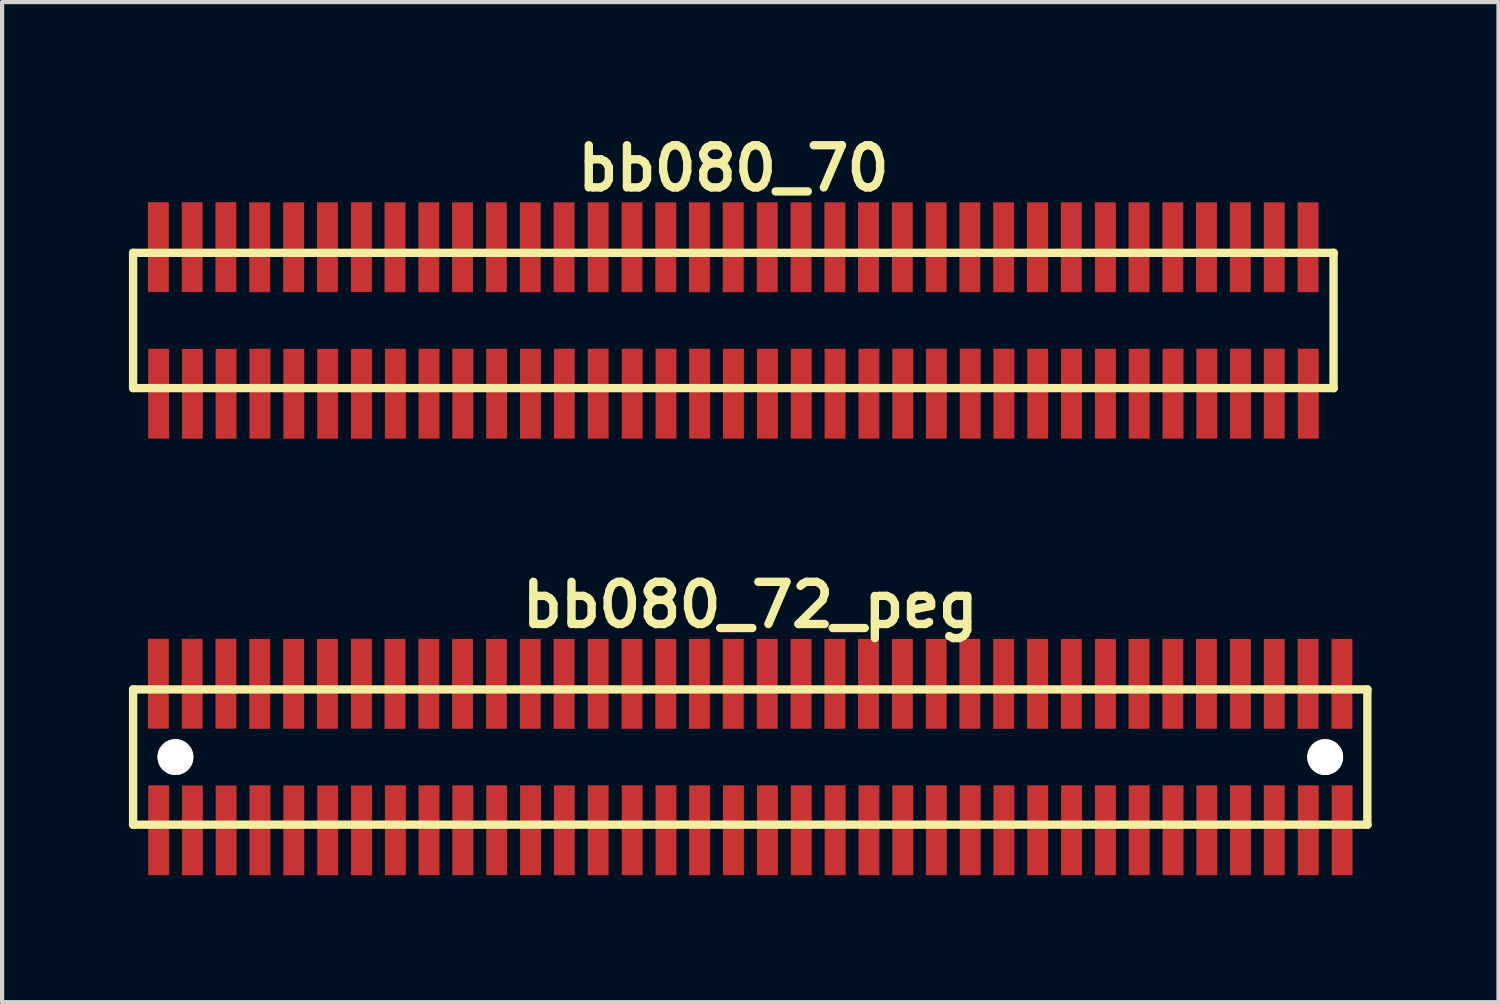
<source format=kicad_pcb>
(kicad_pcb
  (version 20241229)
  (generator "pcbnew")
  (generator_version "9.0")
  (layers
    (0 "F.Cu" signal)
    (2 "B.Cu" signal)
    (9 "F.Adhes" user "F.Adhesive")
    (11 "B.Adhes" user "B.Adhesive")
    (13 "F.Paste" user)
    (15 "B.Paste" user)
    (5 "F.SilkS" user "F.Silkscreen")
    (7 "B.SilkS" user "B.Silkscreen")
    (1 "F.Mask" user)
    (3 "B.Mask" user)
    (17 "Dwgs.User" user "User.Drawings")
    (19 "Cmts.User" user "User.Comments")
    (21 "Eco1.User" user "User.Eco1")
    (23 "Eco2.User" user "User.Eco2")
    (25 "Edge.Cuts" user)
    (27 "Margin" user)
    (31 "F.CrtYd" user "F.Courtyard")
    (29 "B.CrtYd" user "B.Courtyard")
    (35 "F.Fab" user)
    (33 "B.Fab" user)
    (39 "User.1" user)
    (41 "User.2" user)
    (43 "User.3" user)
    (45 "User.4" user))
  (footprint "bb080_70"
    (layer "F.Cu")
    (at 14.3 4.531)
    (property "Reference" "bb080_70" (at 0 -3.599 0) (layer "F.SilkS") (effects (font (size 0.998 0.998) (thickness 0.198))))
    (attr smd)
    (fp_line (start -14.201 -1.6) (end -14.201 1.6) (stroke (width 0.198) (type solid)) (layer "F.SilkS"))
    (fp_line (start -14.201 -1.6) (end 14.201 -1.6) (stroke (width 0.198) (type solid)) (layer "F.SilkS"))
    (fp_line (start 14.196 1.6) (end 14.196 -1.6) (stroke (width 0.198) (type solid)) (layer "F.SilkS"))
    (fp_line (start 14.201 1.6) (end -14.201 1.6) (stroke (width 0.198) (type solid)) (layer "F.SilkS"))
    (pad "1" smd rect (at -13.597 1.732) (size 0.495 2.126) (layers "F.Cu" "F.Mask" "F.Paste"))
    (pad "2" smd rect (at -13.604 -1.735) (size 0.495 2.126) (layers "F.Cu" "F.Mask" "F.Paste"))
    (pad "3" smd rect (at -12.799 1.735) (size 0.495 2.126) (layers "F.Cu" "F.Mask" "F.Paste"))
    (pad "4" smd rect (at -12.804 -1.735) (size 0.495 2.126) (layers "F.Cu" "F.Mask" "F.Paste"))
    (pad "5" smd rect (at -12.002 1.735) (size 0.495 2.126) (layers "F.Cu" "F.Mask" "F.Paste"))
    (pad "6" smd rect (at -12.007 -1.735) (size 0.495 2.126) (layers "F.Cu" "F.Mask" "F.Paste"))
    (pad "7" smd rect (at -11.201 1.732) (size 0.495 2.126) (layers "F.Cu" "F.Mask" "F.Paste"))
    (pad "8" smd rect (at -11.206 -1.732) (size 0.495 2.126) (layers "F.Cu" "F.Mask" "F.Paste"))
    (pad "9" smd rect (at -10.399 1.735) (size 0.495 2.126) (layers "F.Cu" "F.Mask" "F.Paste"))
    (pad "10" smd rect (at -10.404 -1.732) (size 0.495 2.126) (layers "F.Cu" "F.Mask" "F.Paste"))
    (pad "11" smd rect (at -9.599 1.735) (size 0.495 2.126) (layers "F.Cu" "F.Mask" "F.Paste"))
    (pad "12" smd rect (at -9.604 -1.732) (size 0.495 2.126) (layers "F.Cu" "F.Mask" "F.Paste"))
    (pad "13" smd rect (at -8.799 1.735) (size 0.495 2.126) (layers "F.Cu" "F.Mask" "F.Paste"))
    (pad "14" smd rect (at -8.801 -1.735) (size 0.495 2.126) (layers "F.Cu" "F.Mask" "F.Paste"))
    (pad "15" smd rect (at -7.996 1.732) (size 0.495 2.126) (layers "F.Cu" "F.Mask" "F.Paste"))
    (pad "16" smd rect (at -8.006 -1.732) (size 0.495 2.126) (layers "F.Cu" "F.Mask" "F.Paste"))
    (pad "17" smd rect (at -7.201 1.732) (size 0.495 2.126) (layers "F.Cu" "F.Mask" "F.Paste"))
    (pad "18" smd rect (at -7.206 -1.732) (size 0.495 2.126) (layers "F.Cu" "F.Mask" "F.Paste"))
    (pad "19" smd rect (at -6.401 1.732) (size 0.495 2.126) (layers "F.Cu" "F.Mask" "F.Paste"))
    (pad "20" smd rect (at -6.408 -1.732) (size 0.495 2.126) (layers "F.Cu" "F.Mask" "F.Paste"))
    (pad "21" smd rect (at -5.601 1.732) (size 0.495 2.126) (layers "F.Cu" "F.Mask" "F.Paste"))
    (pad "22" smd rect (at -5.608 -1.732) (size 0.495 2.126) (layers "F.Cu" "F.Mask" "F.Paste"))
    (pad "23" smd rect (at -4.801 1.732) (size 0.495 2.126) (layers "F.Cu" "F.Mask" "F.Paste"))
    (pad "24" smd rect (at -4.806 -1.732) (size 0.495 2.126) (layers "F.Cu" "F.Mask" "F.Paste"))
    (pad "25" smd rect (at -4 1.732) (size 0.495 2.126) (layers "F.Cu" "F.Mask" "F.Paste"))
    (pad "26" smd rect (at -4.006 -1.732) (size 0.495 2.126) (layers "F.Cu" "F.Mask" "F.Paste"))
    (pad "27" smd rect (at -3.2 1.732) (size 0.495 2.126) (layers "F.Cu" "F.Mask" "F.Paste"))
    (pad "28" smd rect (at -3.2 -1.732) (size 0.495 2.126) (layers "F.Cu" "F.Mask" "F.Paste"))
    (pad "29" smd rect (at -2.395 1.732) (size 0.495 2.126) (layers "F.Cu" "F.Mask" "F.Paste"))
    (pad "30" smd rect (at -2.4 -1.732) (size 0.495 2.126) (layers "F.Cu" "F.Mask" "F.Paste"))
    (pad "31" smd rect (at -1.595 1.732) (size 0.495 2.126) (layers "F.Cu" "F.Mask" "F.Paste"))
    (pad "32" smd rect (at -1.6 -1.732) (size 0.495 2.126) (layers "F.Cu" "F.Mask" "F.Paste"))
    (pad "33" smd rect (at -0.8 1.732) (size 0.495 2.126) (layers "F.Cu" "F.Mask" "F.Paste"))
    (pad "34" smd rect (at -0.805 -1.732) (size 0.495 2.126) (layers "F.Cu" "F.Mask" "F.Paste"))
    (pad "35" smd rect (at 0 1.732) (size 0.495 2.126) (layers "F.Cu" "F.Mask" "F.Paste"))
    (pad "36" smd rect (at -0.005 -1.732) (size 0.495 2.126) (layers "F.Cu" "F.Mask" "F.Paste"))
    (pad "37" smd rect (at 0.805 1.732) (size 0.495 2.126) (layers "F.Cu" "F.Mask" "F.Paste"))
    (pad "38" smd rect (at 0.8 -1.732) (size 0.495 2.126) (layers "F.Cu" "F.Mask" "F.Paste"))
    (pad "39" smd rect (at 1.605 1.732) (size 0.495 2.126) (layers "F.Cu" "F.Mask" "F.Paste"))
    (pad "40" smd rect (at 1.6 -1.732) (size 0.495 2.126) (layers "F.Cu" "F.Mask" "F.Paste"))
    (pad "41" smd rect (at 2.405 1.732) (size 0.495 2.126) (layers "F.Cu" "F.Mask" "F.Paste"))
    (pad "42" smd rect (at 2.4 -1.732) (size 0.495 2.126) (layers "F.Cu" "F.Mask" "F.Paste"))
    (pad "43" smd rect (at 3.205 1.732) (size 0.495 2.126) (layers "F.Cu" "F.Mask" "F.Paste"))
    (pad "44" smd rect (at 3.195 -1.732) (size 0.495 2.126) (layers "F.Cu" "F.Mask" "F.Paste"))
    (pad "45" smd rect (at 4.006 1.732) (size 0.495 2.126) (layers "F.Cu" "F.Mask" "F.Paste"))
    (pad "46" smd rect (at 3.995 -1.732) (size 0.495 2.126) (layers "F.Cu" "F.Mask" "F.Paste"))
    (pad "47" smd rect (at 4.801 1.732) (size 0.495 2.126) (layers "F.Cu" "F.Mask" "F.Paste"))
    (pad "48" smd rect (at 4.796 -1.732) (size 0.495 2.126) (layers "F.Cu" "F.Mask" "F.Paste"))
    (pad "49" smd rect (at 5.601 1.732) (size 0.495 2.126) (layers "F.Cu" "F.Mask" "F.Paste"))
    (pad "50" smd rect (at 5.593 -1.732) (size 0.495 2.126) (layers "F.Cu" "F.Mask" "F.Paste"))
    (pad "51" smd rect (at 6.398 1.732) (size 0.495 2.126) (layers "F.Cu" "F.Mask" "F.Paste"))
    (pad "52" smd rect (at 6.393 -1.732) (size 0.495 2.126) (layers "F.Cu" "F.Mask" "F.Paste"))
    (pad "53" smd rect (at 7.198 1.732) (size 0.495 2.126) (layers "F.Cu" "F.Mask" "F.Paste"))
    (pad "54" smd rect (at 7.193 -1.732) (size 0.495 2.126) (layers "F.Cu" "F.Mask" "F.Paste"))
    (pad "55" smd rect (at 7.998 1.732) (size 0.495 2.126) (layers "F.Cu" "F.Mask" "F.Paste"))
    (pad "56" smd rect (at 7.993 -1.732) (size 0.495 2.126) (layers "F.Cu" "F.Mask" "F.Paste"))
    (pad "57" smd rect (at 8.799 1.732) (size 0.495 2.126) (layers "F.Cu" "F.Mask" "F.Paste"))
    (pad "58" smd rect (at 8.799 -1.732) (size 0.495 2.126) (layers "F.Cu" "F.Mask" "F.Paste"))
    (pad "59" smd rect (at 9.599 1.732) (size 0.495 2.126) (layers "F.Cu" "F.Mask" "F.Paste"))
    (pad "60" smd rect (at 9.594 -1.732) (size 0.495 2.126) (layers "F.Cu" "F.Mask" "F.Paste"))
    (pad "61" smd rect (at 10.399 1.732) (size 0.495 2.126) (layers "F.Cu" "F.Mask" "F.Paste"))
    (pad "62" smd rect (at 10.394 -1.732) (size 0.495 2.126) (layers "F.Cu" "F.Mask" "F.Paste"))
    (pad "63" smd rect (at 11.199 1.732) (size 0.495 2.126) (layers "F.Cu" "F.Mask" "F.Paste"))
    (pad "64" smd rect (at 11.191 -1.732) (size 0.495 2.126) (layers "F.Cu" "F.Mask" "F.Paste"))
    (pad "65" smd rect (at 11.994 1.732) (size 0.495 2.126) (layers "F.Cu" "F.Mask" "F.Paste"))
    (pad "66" smd rect (at 11.991 -1.732) (size 0.495 2.126) (layers "F.Cu" "F.Mask" "F.Paste"))
    (pad "67" smd rect (at 12.794 1.732) (size 0.495 2.126) (layers "F.Cu" "F.Mask" "F.Paste"))
    (pad "68" smd rect (at 12.794 -1.732) (size 0.495 2.126) (layers "F.Cu" "F.Mask" "F.Paste"))
    (pad "69" smd rect (at 13.599 1.732) (size 0.495 2.126) (layers "F.Cu" "F.Mask" "F.Paste"))
    (pad "70" smd rect (at 13.594 -1.732) (size 0.495 2.126) (layers "F.Cu" "F.Mask" "F.Paste")))
  (footprint "bb080_72_peg"
    (layer "F.Cu")
    (at 14.699 14.859)
    (property "Reference" "bb080_72_peg" (at 0 -3.599 0) (layer "F.SilkS") (effects (font (size 0.998 0.998) (thickness 0.198))))
    (attr smd)
    (fp_line (start -14.6 -1.6) (end -14.6 1.6) (stroke (width 0.198) (type solid)) (layer "F.SilkS"))
    (fp_line (start -14.6 1.6) (end 14.6 1.6) (stroke (width 0.198) (type solid)) (layer "F.SilkS"))
    (fp_line (start 14.597 1.6) (end 14.597 -1.6) (stroke (width 0.198) (type solid)) (layer "F.SilkS"))
    (fp_line (start 14.6 -1.6) (end -14.6 -1.6) (stroke (width 0.198) (type solid)) (layer "F.SilkS"))
    (pad "" np_thru_hole circle (at -13.599 0) (size 0.848 0.848) (drill 0.848) (layers "*.Cu" "*.Mask" "F.SilkS"))
    (pad "" np_thru_hole circle (at 13.599 0) (size 0.848 0.848) (drill 0.848) (layers "*.Cu" "*.Mask" "F.SilkS"))
    (pad "1" smd rect (at -13.995 1.732) (size 0.495 2.126) (layers "F.Cu" "F.Mask" "F.Paste"))
    (pad "2" smd rect (at -14.003 -1.735) (size 0.495 2.126) (layers "F.Cu" "F.Mask" "F.Paste"))
    (pad "3" smd rect (at -13.198 1.735) (size 0.495 2.126) (layers "F.Cu" "F.Mask" "F.Paste"))
    (pad "4" smd rect (at -13.203 -1.735) (size 0.495 2.126) (layers "F.Cu" "F.Mask" "F.Paste"))
    (pad "5" smd rect (at -12.4 1.735) (size 0.495 2.126) (layers "F.Cu" "F.Mask" "F.Paste"))
    (pad "6" smd rect (at -12.405 -1.735) (size 0.495 2.126) (layers "F.Cu" "F.Mask" "F.Paste"))
    (pad "7" smd rect (at -11.6 1.732) (size 0.495 2.126) (layers "F.Cu" "F.Mask" "F.Paste"))
    (pad "8" smd rect (at -11.605 -1.732) (size 0.495 2.126) (layers "F.Cu" "F.Mask" "F.Paste"))
    (pad "9" smd rect (at -10.798 1.735) (size 0.495 2.126) (layers "F.Cu" "F.Mask" "F.Paste"))
    (pad "10" smd rect (at -10.803 -1.732) (size 0.495 2.126) (layers "F.Cu" "F.Mask" "F.Paste"))
    (pad "11" smd rect (at -9.997 1.735) (size 0.495 2.126) (layers "F.Cu" "F.Mask" "F.Paste"))
    (pad "12" smd rect (at -10.003 -1.732) (size 0.495 2.126) (layers "F.Cu" "F.Mask" "F.Paste"))
    (pad "13" smd rect (at -9.197 1.735) (size 0.495 2.126) (layers "F.Cu" "F.Mask" "F.Paste"))
    (pad "14" smd rect (at -9.2 -1.735) (size 0.495 2.126) (layers "F.Cu" "F.Mask" "F.Paste"))
    (pad "15" smd rect (at -8.395 1.732) (size 0.495 2.126) (layers "F.Cu" "F.Mask" "F.Paste"))
    (pad "16" smd rect (at -8.405 -1.732) (size 0.495 2.126) (layers "F.Cu" "F.Mask" "F.Paste"))
    (pad "17" smd rect (at -7.6 1.732) (size 0.495 2.126) (layers "F.Cu" "F.Mask" "F.Paste"))
    (pad "18" smd rect (at -7.605 -1.732) (size 0.495 2.126) (layers "F.Cu" "F.Mask" "F.Paste"))
    (pad "19" smd rect (at -6.8 1.732) (size 0.495 2.126) (layers "F.Cu" "F.Mask" "F.Paste"))
    (pad "20" smd rect (at -6.807 -1.732) (size 0.495 2.126) (layers "F.Cu" "F.Mask" "F.Paste"))
    (pad "21" smd rect (at -5.999 1.732) (size 0.495 2.126) (layers "F.Cu" "F.Mask" "F.Paste"))
    (pad "22" smd rect (at -6.007 -1.732) (size 0.495 2.126) (layers "F.Cu" "F.Mask" "F.Paste"))
    (pad "23" smd rect (at -5.199 1.732) (size 0.495 2.126) (layers "F.Cu" "F.Mask" "F.Paste"))
    (pad "24" smd rect (at -5.204 -1.732) (size 0.495 2.126) (layers "F.Cu" "F.Mask" "F.Paste"))
    (pad "25" smd rect (at -4.399 1.732) (size 0.495 2.126) (layers "F.Cu" "F.Mask" "F.Paste"))
    (pad "26" smd rect (at -4.404 -1.732) (size 0.495 2.126) (layers "F.Cu" "F.Mask" "F.Paste"))
    (pad "27" smd rect (at -3.599 1.732) (size 0.495 2.126) (layers "F.Cu" "F.Mask" "F.Paste"))
    (pad "28" smd rect (at -3.599 -1.732) (size 0.495 2.126) (layers "F.Cu" "F.Mask" "F.Paste"))
    (pad "29" smd rect (at -2.794 1.732) (size 0.495 2.126) (layers "F.Cu" "F.Mask" "F.Paste"))
    (pad "30" smd rect (at -2.799 -1.732) (size 0.495 2.126) (layers "F.Cu" "F.Mask" "F.Paste"))
    (pad "31" smd rect (at -1.994 1.732) (size 0.495 2.126) (layers "F.Cu" "F.Mask" "F.Paste"))
    (pad "32" smd rect (at -1.999 -1.732) (size 0.495 2.126) (layers "F.Cu" "F.Mask" "F.Paste"))
    (pad "33" smd rect (at -1.199 1.732) (size 0.495 2.126) (layers "F.Cu" "F.Mask" "F.Paste"))
    (pad "34" smd rect (at -1.204 -1.732) (size 0.495 2.126) (layers "F.Cu" "F.Mask" "F.Paste"))
    (pad "35" smd rect (at -0.399 1.732) (size 0.495 2.126) (layers "F.Cu" "F.Mask" "F.Paste"))
    (pad "36" smd rect (at -0.404 -1.732) (size 0.495 2.126) (layers "F.Cu" "F.Mask" "F.Paste"))
    (pad "37" smd rect (at 0.406 1.732) (size 0.495 2.126) (layers "F.Cu" "F.Mask" "F.Paste"))
    (pad "38" smd rect (at 0.401 -1.732) (size 0.495 2.126) (layers "F.Cu" "F.Mask" "F.Paste"))
    (pad "39" smd rect (at 1.206 1.732) (size 0.495 2.126) (layers "F.Cu" "F.Mask" "F.Paste"))
    (pad "40" smd rect (at 1.201 -1.732) (size 0.495 2.126) (layers "F.Cu" "F.Mask" "F.Paste"))
    (pad "41" smd rect (at 2.007 1.732) (size 0.495 2.126) (layers "F.Cu" "F.Mask" "F.Paste"))
    (pad "42" smd rect (at 2.002 -1.732) (size 0.495 2.126) (layers "F.Cu" "F.Mask" "F.Paste"))
    (pad "43" smd rect (at 2.807 1.732) (size 0.495 2.126) (layers "F.Cu" "F.Mask" "F.Paste"))
    (pad "44" smd rect (at 2.797 -1.732) (size 0.495 2.126) (layers "F.Cu" "F.Mask" "F.Paste"))
    (pad "45" smd rect (at 3.607 1.732) (size 0.495 2.126) (layers "F.Cu" "F.Mask" "F.Paste"))
    (pad "46" smd rect (at 3.597 -1.732) (size 0.495 2.126) (layers "F.Cu" "F.Mask" "F.Paste"))
    (pad "47" smd rect (at 4.402 1.732) (size 0.495 2.126) (layers "F.Cu" "F.Mask" "F.Paste"))
    (pad "48" smd rect (at 4.397 -1.732) (size 0.495 2.126) (layers "F.Cu" "F.Mask" "F.Paste"))
    (pad "49" smd rect (at 5.202 1.732) (size 0.495 2.126) (layers "F.Cu" "F.Mask" "F.Paste"))
    (pad "50" smd rect (at 5.194 -1.732) (size 0.495 2.126) (layers "F.Cu" "F.Mask" "F.Paste"))
    (pad "51" smd rect (at 5.999 1.732) (size 0.495 2.126) (layers "F.Cu" "F.Mask" "F.Paste"))
    (pad "52" smd rect (at 5.994 -1.732) (size 0.495 2.126) (layers "F.Cu" "F.Mask" "F.Paste"))
    (pad "53" smd rect (at 6.8 1.732) (size 0.495 2.126) (layers "F.Cu" "F.Mask" "F.Paste"))
    (pad "54" smd rect (at 6.795 -1.732) (size 0.495 2.126) (layers "F.Cu" "F.Mask" "F.Paste"))
    (pad "55" smd rect (at 7.6 1.732) (size 0.495 2.126) (layers "F.Cu" "F.Mask" "F.Paste"))
    (pad "56" smd rect (at 7.595 -1.732) (size 0.495 2.126) (layers "F.Cu" "F.Mask" "F.Paste"))
    (pad "57" smd rect (at 8.4 1.732) (size 0.495 2.126) (layers "F.Cu" "F.Mask" "F.Paste"))
    (pad "58" smd rect (at 8.4 -1.732) (size 0.495 2.126) (layers "F.Cu" "F.Mask" "F.Paste"))
    (pad "59" smd rect (at 9.2 1.732) (size 0.495 2.126) (layers "F.Cu" "F.Mask" "F.Paste"))
    (pad "60" smd rect (at 9.195 -1.732) (size 0.495 2.126) (layers "F.Cu" "F.Mask" "F.Paste"))
    (pad "61" smd rect (at 10 1.732) (size 0.495 2.126) (layers "F.Cu" "F.Mask" "F.Paste"))
    (pad "62" smd rect (at 9.995 -1.732) (size 0.495 2.126) (layers "F.Cu" "F.Mask" "F.Paste"))
    (pad "63" smd rect (at 10.8 1.732) (size 0.495 2.126) (layers "F.Cu" "F.Mask" "F.Paste"))
    (pad "64" smd rect (at 10.792 -1.732) (size 0.495 2.126) (layers "F.Cu" "F.Mask" "F.Paste"))
    (pad "65" smd rect (at 11.595 1.732) (size 0.495 2.126) (layers "F.Cu" "F.Mask" "F.Paste"))
    (pad "66" smd rect (at 11.593 -1.732) (size 0.495 2.126) (layers "F.Cu" "F.Mask" "F.Paste"))
    (pad "67" smd rect (at 12.395 1.732) (size 0.495 2.126) (layers "F.Cu" "F.Mask" "F.Paste"))
    (pad "68" smd rect (at 12.395 -1.732) (size 0.495 2.126) (layers "F.Cu" "F.Mask" "F.Paste"))
    (pad "69" smd rect (at 13.2 1.732) (size 0.495 2.126) (layers "F.Cu" "F.Mask" "F.Paste"))
    (pad "70" smd rect (at 13.195 -1.732) (size 0.495 2.126) (layers "F.Cu" "F.Mask" "F.Paste"))
    (pad "71" smd rect (at 14 1.732) (size 0.495 2.126) (layers "F.Cu" "F.Mask" "F.Paste"))
    (pad "72" smd rect (at 13.995 -1.732) (size 0.495 2.126) (layers "F.Cu" "F.Mask" "F.Paste")))
  (gr_rect
    (start -3 -3)
    (end 32.398 20.657)
    (stroke (width 0.1) (type default))
    (fill no)
    (layer "Edge.Cuts")))
</source>
